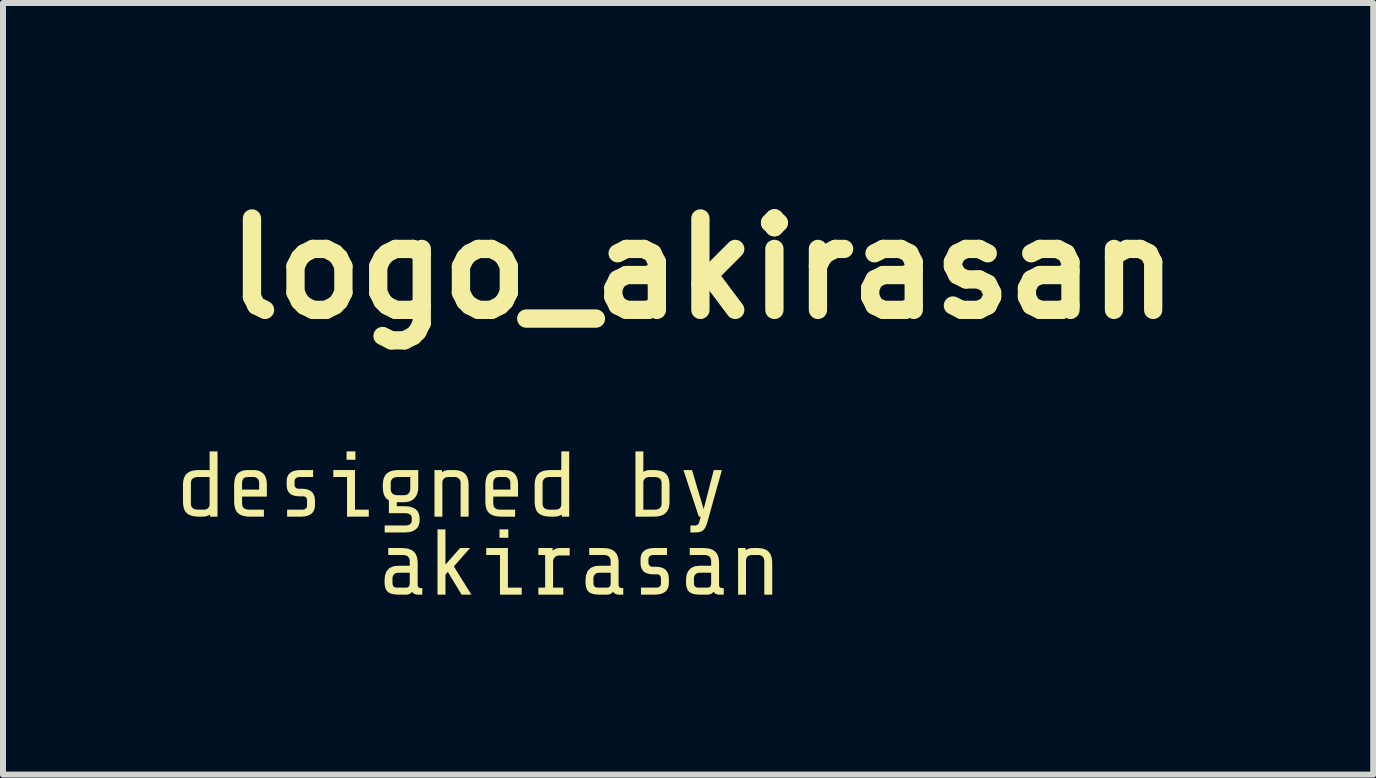
<source format=kicad_pcb>
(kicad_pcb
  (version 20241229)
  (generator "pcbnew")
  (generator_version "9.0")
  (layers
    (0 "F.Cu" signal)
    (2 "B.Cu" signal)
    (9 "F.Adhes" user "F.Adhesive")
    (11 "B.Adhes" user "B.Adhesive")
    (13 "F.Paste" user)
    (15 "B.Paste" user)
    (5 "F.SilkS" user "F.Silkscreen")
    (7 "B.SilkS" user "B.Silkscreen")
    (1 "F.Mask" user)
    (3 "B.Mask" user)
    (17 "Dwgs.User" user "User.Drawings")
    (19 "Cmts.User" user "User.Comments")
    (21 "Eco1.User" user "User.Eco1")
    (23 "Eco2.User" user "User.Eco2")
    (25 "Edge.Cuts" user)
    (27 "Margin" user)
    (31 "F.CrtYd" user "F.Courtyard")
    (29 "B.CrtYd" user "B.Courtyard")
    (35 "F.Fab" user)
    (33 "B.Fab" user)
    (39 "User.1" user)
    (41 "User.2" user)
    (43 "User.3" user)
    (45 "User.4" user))
  (footprint "logo_akirasan"
    (layer "F.Cu")
    (at 8.661 5.15)
    (property "Reference" "logo_akirasan" (at 0 -3.724 0) (layer "F.SilkS") (effects (font (size 1.524 1.524) (thickness 0.305))))
    (attr smd)
    (fp_poly (pts (xy -4.286 1.379) (xy -4.286 1.446) (xy -4.286 1.512) (xy -4.286 1.579) (xy -4.286 1.645) (xy -4.286 1.712) (xy -4.313 1.712) (xy -4.339 1.712) (xy -4.365 1.712) (xy -4.392 1.712) (xy -4.418 1.712) (xy -4.418 1.494) (xy -4.418 1.277) (xy -4.418 1.059) (xy -4.418 0.842) (xy -4.418 0.624) (xy -4.392 0.624) (xy -4.366 0.624) (xy -4.339 0.624) (xy -4.313 0.624) (xy -4.286 0.624) (xy -4.286 0.742) (xy -4.286 0.859) (xy -4.286 0.976) (xy -4.286 1.094) (xy -4.286 1.211) (xy -4.237 1.156) (xy -4.189 1.101) (xy -4.14 1.045) (xy -4.091 0.99) (xy -4.042 0.935) (xy -4.009 0.935) (xy -3.976 0.935) (xy -3.943 0.935) (xy -3.909 0.935) (xy -3.876 0.935) (xy -3.93 0.996) (xy -3.984 1.058) (xy -4.038 1.119) (xy -4.092 1.18) (xy -4.146 1.241) (xy -4.088 1.335) (xy -4.03 1.429) (xy -3.971 1.523) (xy -3.913 1.617) (xy -3.854 1.712) (xy -3.887 1.712) (xy -3.919 1.712) (xy -3.952 1.712) (xy -3.985 1.712) (xy -4.017 1.712) (xy -4.063 1.636) (xy -4.109 1.56) (xy -4.155 1.484) (xy -4.2 1.409) (xy -4.246 1.333) (xy -4.254 1.342) (xy -4.262 1.351) (xy -4.27 1.361) (xy -4.278 1.37) (xy -4.286 1.379)) (stroke (width 0) (type solid)) (fill yes) (layer "F.SilkS"))
    (fp_poly (pts (xy -5.787 -0.676) (xy -5.748 0.295) (xy -5.702 0.295) (xy -5.656 0.295) (xy -5.611 0.295) (xy -5.564 0.295) (xy -5.564 0.318) (xy -5.564 0.342) (xy -5.564 0.365) (xy -5.564 0.388) (xy -5.564 0.412) (xy -5.637 0.412) (xy -5.709 0.412) (xy -5.782 0.412) (xy -5.854 0.412) (xy -5.926 0.412) (xy -5.926 0.28) (xy -5.926 0.148) (xy -5.926 0.016) (xy -5.926 -0.117) (xy -5.926 -0.249) (xy -5.972 -0.249) (xy -6.018 -0.249) (xy -6.063 -0.249) (xy -6.109 -0.249) (xy -6.155 -0.249) (xy -6.155 -0.272) (xy -6.155 -0.295) (xy -6.155 -0.318) (xy -6.155 -0.342) (xy -6.155 -0.365) (xy -6.083 -0.365) (xy -6.01 -0.365) (xy -5.938 -0.365) (xy -5.867 -0.365) (xy -5.794 -0.365) (xy -5.794 -0.233) (xy -5.794 -0.101) (xy -5.794 0.031) (xy -5.794 0.163) (xy -5.794 0.295) (xy -5.748 0.295) (xy -5.787 -0.676) (xy -5.787 -0.648) (xy -5.787 -0.62) (xy -5.787 -0.592) (xy -5.787 -0.564) (xy -5.787 -0.536) (xy -5.816 -0.536) (xy -5.845 -0.536) (xy -5.875 -0.536) (xy -5.905 -0.536) (xy -5.934 -0.536) (xy -5.934 -0.564) (xy -5.934 -0.592) (xy -5.934 -0.62) (xy -5.934 -0.648) (xy -5.934 -0.676) (xy -5.905 -0.676) (xy -5.875 -0.676) (xy -5.846 -0.676) (xy -5.816 -0.676) (xy -5.787 -0.676)) (stroke (width 0) (type solid)) (fill yes) (layer "F.SilkS"))
    (fp_poly (pts (xy -3.238 0.624) (xy -3.199 1.595) (xy -3.153 1.595) (xy -3.107 1.595) (xy -3.061 1.595) (xy -3.015 1.595) (xy -3.015 1.618) (xy -3.015 1.642) (xy -3.015 1.665) (xy -3.015 1.688) (xy -3.015 1.712) (xy -3.088 1.712) (xy -3.16 1.712) (xy -3.233 1.712) (xy -3.305 1.712) (xy -3.377 1.712) (xy -3.377 1.58) (xy -3.377 1.448) (xy -3.377 1.316) (xy -3.377 1.183) (xy -3.377 1.051) (xy -3.423 1.051) (xy -3.469 1.051) (xy -3.514 1.051) (xy -3.56 1.051) (xy -3.606 1.051) (xy -3.606 1.028) (xy -3.606 1.005) (xy -3.606 0.982) (xy -3.606 0.958) (xy -3.606 0.935) (xy -3.534 0.935) (xy -3.461 0.935) (xy -3.389 0.935) (xy -3.318 0.935) (xy -3.245 0.935) (xy -3.245 1.067) (xy -3.245 1.199) (xy -3.245 1.331) (xy -3.245 1.463) (xy -3.245 1.595) (xy -3.199 1.595) (xy -3.238 0.624) (xy -3.238 0.652) (xy -3.238 0.68) (xy -3.238 0.708) (xy -3.238 0.736) (xy -3.238 0.764) (xy -3.267 0.764) (xy -3.296 0.764) (xy -3.326 0.764) (xy -3.356 0.764) (xy -3.385 0.764) (xy -3.385 0.736) (xy -3.385 0.708) (xy -3.385 0.68) (xy -3.385 0.652) (xy -3.385 0.624) (xy -3.356 0.624) (xy -3.326 0.624) (xy -3.297 0.624) (xy -3.267 0.624) (xy -3.238 0.624)) (stroke (width 0) (type solid)) (fill yes) (layer "F.SilkS"))
    (fp_poly (pts (xy -0.137 0.559) (xy -0.126 0.559) (xy -0.114 0.558) (xy -0.103 0.555) (xy -0.092 0.551) (xy -0.082 0.545) (xy -0.073 0.538) (xy -0.067 0.529) (xy -0.061 0.519) (xy -0.057 0.508) (xy -0.054 0.497) (xy -0.049 0.48) (xy -0.045 0.463) (xy -0.041 0.446) (xy -0.036 0.429) (xy -0.032 0.412) (xy -0.038 0.412) (xy -0.044 0.412) (xy -0.05 0.412) (xy -0.057 0.412) (xy -0.063 0.412) (xy -0.114 0.256) (xy -0.165 0.101) (xy -0.217 -0.054) (xy -0.268 -0.21) (xy -0.319 -0.365) (xy -0.291 -0.365) (xy -0.262 -0.365) (xy -0.233 -0.365) (xy -0.205 -0.365) (xy -0.176 -0.365) (xy -0.137 -0.235) (xy -0.099 -0.105) (xy -0.06 0.025) (xy -0.021 0.156) (xy 0.018 0.286) (xy 0.052 0.156) (xy 0.086 0.025) (xy 0.119 -0.105) (xy 0.153 -0.235) (xy 0.187 -0.365) (xy 0.214 -0.365) (xy 0.241 -0.365) (xy 0.268 -0.365) (xy 0.295 -0.365) (xy 0.322 -0.365) (xy 0.274 -0.193) (xy 0.226 -0.021) (xy 0.178 0.151) (xy 0.13 0.323) (xy 0.082 0.496) (xy 0.075 0.52) (xy 0.067 0.545) (xy 0.057 0.569) (xy 0.046 0.592) (xy 0.032 0.614) (xy 0.021 0.627) (xy 0.009 0.639) (xy -0.005 0.649) (xy -0.019 0.657) (xy -0.035 0.663) (xy -0.053 0.668) (xy -0.071 0.672) (xy -0.09 0.674) (xy -0.109 0.675) (xy -0.128 0.676) (xy -0.143 0.676) (xy -0.158 0.676) (xy -0.173 0.676) (xy -0.188 0.676) (xy -0.203 0.676) (xy -0.203 0.652) (xy -0.203 0.629) (xy -0.203 0.606) (xy -0.203 0.583) (xy -0.203 0.559) (xy -0.19 0.559) (xy -0.177 0.559) (xy -0.164 0.559) (xy -0.15 0.559) (xy -0.137 0.559)) (stroke (width 0) (type solid)) (fill yes) (layer "F.SilkS"))
    (fp_poly (pts (xy -4.345 -0.365) (xy -4.345 -0.358) (xy -4.345 -0.35) (xy -4.345 -0.343) (xy -4.345 -0.335) (xy -4.345 -0.328) (xy -4.323 -0.342) (xy -4.299 -0.353) (xy -4.273 -0.36) (xy -4.247 -0.364) (xy -4.221 -0.365) (xy -4.206 -0.365) (xy -4.192 -0.365) (xy -4.178 -0.365) (xy -4.163 -0.365) (xy -4.149 -0.365) (xy -4.109 -0.363) (xy -4.069 -0.358) (xy -4.03 -0.347) (xy -3.994 -0.33) (xy -3.963 -0.306) (xy -3.937 -0.274) (xy -3.919 -0.237) (xy -3.908 -0.198) (xy -3.902 -0.157) (xy -3.9 -0.117) (xy -3.9 -0.011) (xy -3.9 0.095) (xy -3.9 0.2) (xy -3.9 0.306) (xy -3.9 0.412) (xy -3.927 0.412) (xy -3.953 0.412) (xy -3.979 0.412) (xy -4.006 0.412) (xy -4.033 0.412) (xy -4.033 0.3) (xy -4.033 0.188) (xy -4.033 0.076) (xy -4.033 -0.035) (xy -4.033 -0.148) (xy -4.033 -0.164) (xy -4.036 -0.179) (xy -4.042 -0.195) (xy -4.05 -0.209) (xy -4.061 -0.221) (xy -4.073 -0.231) (xy -4.086 -0.239) (xy -4.102 -0.245) (xy -4.117 -0.248) (xy -4.134 -0.249) (xy -4.154 -0.249) (xy -4.175 -0.249) (xy -4.195 -0.249) (xy -4.215 -0.249) (xy -4.236 -0.249) (xy -4.253 -0.248) (xy -4.269 -0.245) (xy -4.285 -0.24) (xy -4.3 -0.232) (xy -4.312 -0.221) (xy -4.32 -0.211) (xy -4.327 -0.2) (xy -4.333 -0.189) (xy -4.336 -0.176) (xy -4.337 -0.163) (xy -4.337 -0.048) (xy -4.337 0.067) (xy -4.337 0.181) (xy -4.337 0.297) (xy -4.337 0.412) (xy -4.363 0.412) (xy -4.39 0.412) (xy -4.416 0.412) (xy -4.442 0.412) (xy -4.469 0.412) (xy -4.469 0.256) (xy -4.469 0.101) (xy -4.469 -0.054) (xy -4.469 -0.21) (xy -4.469 -0.365) (xy -4.444 -0.365) (xy -4.42 -0.365) (xy -4.395 -0.365) (xy -4.37 -0.365) (xy -4.345 -0.365)) (stroke (width 0) (type solid)) (fill yes) (layer "F.SilkS"))
    (fp_poly (pts (xy -2.624 1.595) (xy -2.624 1.486) (xy -2.624 1.378) (xy -2.624 1.269) (xy -2.624 1.161) (xy -2.624 1.051) (xy -2.646 1.051) (xy -2.669 1.051) (xy -2.692 1.051) (xy -2.714 1.051) (xy -2.737 1.051) (xy -2.737 1.028) (xy -2.737 1.005) (xy -2.737 0.982) (xy -2.737 0.958) (xy -2.737 0.935) (xy -2.69 0.935) (xy -2.642 0.935) (xy -2.595 0.935) (xy -2.547 0.935) (xy -2.5 0.935) (xy -2.5 0.943) (xy -2.5 0.952) (xy -2.5 0.96) (xy -2.5 0.969) (xy -2.5 0.977) (xy -2.478 0.962) (xy -2.454 0.95) (xy -2.429 0.941) (xy -2.402 0.936) (xy -2.375 0.935) (xy -2.343 0.935) (xy -2.312 0.935) (xy -2.279 0.935) (xy -2.247 0.935) (xy -2.215 0.935) (xy -2.215 0.96) (xy -2.215 0.984) (xy -2.215 1.009) (xy -2.215 1.034) (xy -2.215 1.059) (xy -2.25 1.059) (xy -2.285 1.059) (xy -2.321 1.059) (xy -2.356 1.059) (xy -2.391 1.059) (xy -2.408 1.06) (xy -2.424 1.064) (xy -2.44 1.07) (xy -2.454 1.08) (xy -2.465 1.092) (xy -2.474 1.103) (xy -2.481 1.115) (xy -2.486 1.128) (xy -2.49 1.142) (xy -2.492 1.156) (xy -2.492 1.243) (xy -2.492 1.332) (xy -2.492 1.419) (xy -2.492 1.507) (xy -2.492 1.595) (xy -2.458 1.595) (xy -2.424 1.595) (xy -2.39 1.595) (xy -2.356 1.595) (xy -2.322 1.595) (xy -2.322 1.618) (xy -2.322 1.642) (xy -2.322 1.665) (xy -2.322 1.688) (xy -2.322 1.712) (xy -2.405 1.712) (xy -2.489 1.712) (xy -2.571 1.712) (xy -2.654 1.712) (xy -2.737 1.712) (xy -2.737 1.688) (xy -2.737 1.665) (xy -2.737 1.642) (xy -2.737 1.619) (xy -2.737 1.595) (xy -2.715 1.595) (xy -2.692 1.595) (xy -2.67 1.595) (xy -2.647 1.595) (xy -2.624 1.595)) (stroke (width 0) (type solid)) (fill yes) (layer "F.SilkS"))
    (fp_poly (pts (xy 0.717 0.935) (xy 0.717 0.942) (xy 0.717 0.95) (xy 0.717 0.957) (xy 0.717 0.965) (xy 0.717 0.972) (xy 0.739 0.958) (xy 0.763 0.947) (xy 0.788 0.94) (xy 0.814 0.936) (xy 0.841 0.935) (xy 0.855 0.935) (xy 0.869 0.935) (xy 0.884 0.935) (xy 0.898 0.935) (xy 0.912 0.935) (xy 0.952 0.937) (xy 0.992 0.942) (xy 1.031 0.953) (xy 1.067 0.97) (xy 1.099 0.994) (xy 1.124 1.026) (xy 1.142 1.063) (xy 1.153 1.102) (xy 1.159 1.143) (xy 1.161 1.183) (xy 1.161 1.289) (xy 1.161 1.395) (xy 1.161 1.5) (xy 1.161 1.606) (xy 1.161 1.712) (xy 1.134 1.712) (xy 1.108 1.712) (xy 1.082 1.712) (xy 1.055 1.712) (xy 1.029 1.712) (xy 1.029 1.6) (xy 1.029 1.488) (xy 1.029 1.376) (xy 1.029 1.265) (xy 1.029 1.152) (xy 1.028 1.136) (xy 1.025 1.121) (xy 1.019 1.105) (xy 1.011 1.091) (xy 1.001 1.079) (xy 0.989 1.069) (xy 0.975 1.061) (xy 0.96 1.055) (xy 0.944 1.052) (xy 0.928 1.051) (xy 0.907 1.051) (xy 0.887 1.051) (xy 0.866 1.051) (xy 0.846 1.051) (xy 0.825 1.051) (xy 0.808 1.052) (xy 0.792 1.055) (xy 0.776 1.06) (xy 0.761 1.068) (xy 0.749 1.079) (xy 0.741 1.089) (xy 0.734 1.1) (xy 0.729 1.111) (xy 0.725 1.124) (xy 0.724 1.137) (xy 0.724 1.252) (xy 0.724 1.367) (xy 0.724 1.481) (xy 0.724 1.597) (xy 0.724 1.712) (xy 0.698 1.712) (xy 0.672 1.712) (xy 0.645 1.712) (xy 0.619 1.712) (xy 0.592 1.712) (xy 0.592 1.556) (xy 0.592 1.401) (xy 0.592 1.246) (xy 0.592 1.09) (xy 0.592 0.935) (xy 0.617 0.935) (xy 0.642 0.935) (xy 0.666 0.935) (xy 0.691 0.935) (xy 0.717 0.935)) (stroke (width 0) (type solid)) (fill yes) (layer "F.SilkS"))
    (fp_poly (pts (xy -0.551 0.163) (xy -0.727 0.28) (xy -0.712 0.269) (xy -0.701 0.257) (xy -0.693 0.243) (xy -0.687 0.227) (xy -0.684 0.211) (xy -0.683 0.194) (xy -0.683 0.126) (xy -0.683 0.057) (xy -0.683 -0.011) (xy -0.683 -0.079) (xy -0.683 -0.148) (xy -0.684 -0.164) (xy -0.687 -0.18) (xy -0.693 -0.196) (xy -0.701 -0.21) (xy -0.712 -0.222) (xy -0.727 -0.233) (xy -0.744 -0.24) (xy -0.762 -0.245) (xy -0.78 -0.248) (xy -0.799 -0.249) (xy -0.817 -0.249) (xy -0.834 -0.249) (xy -0.851 -0.249) (xy -0.869 -0.249) (xy -0.886 -0.249) (xy -0.903 -0.248) (xy -0.92 -0.245) (xy -0.935 -0.24) (xy -0.95 -0.232) (xy -0.962 -0.221) (xy -0.971 -0.211) (xy -0.978 -0.2) (xy -0.983 -0.189) (xy -0.986 -0.176) (xy -0.987 -0.163) (xy -0.987 -0.071) (xy -0.987 0.02) (xy -0.987 0.112) (xy -0.987 0.203) (xy -0.987 0.295) (xy -0.95 0.295) (xy -0.912 0.295) (xy -0.874 0.295) (xy -0.837 0.295) (xy -0.799 0.295) (xy -0.781 0.294) (xy -0.763 0.292) (xy -0.744 0.287) (xy -0.727 0.28) (xy -0.551 0.163) (xy -0.553 0.204) (xy -0.559 0.245) (xy -0.571 0.285) (xy -0.589 0.321) (xy -0.616 0.353) (xy -0.65 0.377) (xy -0.689 0.394) (xy -0.731 0.405) (xy -0.773 0.41) (xy -0.815 0.412) (xy -0.876 0.412) (xy -0.937 0.412) (xy -0.998 0.412) (xy -1.058 0.412) (xy -1.119 0.412) (xy -1.119 0.194) (xy -1.119 -0.023) (xy -1.119 -0.241) (xy -1.119 -0.458) (xy -1.119 -0.676) (xy -1.093 -0.676) (xy -1.067 -0.676) (xy -1.041 -0.676) (xy -1.014 -0.676) (xy -0.987 -0.676) (xy -0.987 -0.607) (xy -0.987 -0.539) (xy -0.987 -0.471) (xy -0.987 -0.402) (xy -0.987 -0.334) (xy -0.966 -0.346) (xy -0.943 -0.355) (xy -0.919 -0.361) (xy -0.895 -0.364) (xy -0.871 -0.365) (xy -0.86 -0.365) (xy -0.848 -0.365) (xy -0.837 -0.365) (xy -0.826 -0.365) (xy -0.815 -0.365) (xy -0.772 -0.363) (xy -0.73 -0.358) (xy -0.688 -0.348) (xy -0.649 -0.331) (xy -0.614 -0.306) (xy -0.588 -0.275) (xy -0.57 -0.238) (xy -0.558 -0.198) (xy -0.553 -0.158) (xy -0.551 -0.117) (xy -0.551 -0.061) (xy -0.551 -0.005) (xy -0.551 0.051) (xy -0.551 0.107) (xy -0.551 0.163)) (stroke (width 0) (type solid)) (fill yes) (layer "F.SilkS"))
    (fp_poly (pts (xy -8.209 0.376) (xy -8.318 0.295) (xy -8.301 0.294) (xy -8.285 0.292) (xy -8.269 0.287) (xy -8.254 0.28) (xy -8.241 0.269) (xy -8.233 0.259) (xy -8.226 0.248) (xy -8.221 0.235) (xy -8.218 0.223) (xy -8.217 0.21) (xy -8.217 0.118) (xy -8.217 0.027) (xy -8.217 -0.065) (xy -8.217 -0.157) (xy -8.217 -0.249) (xy -8.256 -0.249) (xy -8.295 -0.249) (xy -8.334 -0.249) (xy -8.373 -0.249) (xy -8.412 -0.249) (xy -8.431 -0.248) (xy -8.449 -0.245) (xy -8.467 -0.24) (xy -8.484 -0.233) (xy -8.499 -0.222) (xy -8.51 -0.21) (xy -8.519 -0.196) (xy -8.525 -0.18) (xy -8.528 -0.164) (xy -8.529 -0.148) (xy -8.529 -0.079) (xy -8.529 -0.011) (xy -8.529 0.058) (xy -8.529 0.126) (xy -8.529 0.194) (xy -8.528 0.211) (xy -8.525 0.227) (xy -8.519 0.243) (xy -8.51 0.257) (xy -8.499 0.269) (xy -8.484 0.28) (xy -8.467 0.287) (xy -8.45 0.292) (xy -8.431 0.294) (xy -8.412 0.295) (xy -8.393 0.295) (xy -8.374 0.295) (xy -8.356 0.295) (xy -8.337 0.295) (xy -8.318 0.295) (xy -8.209 0.376) (xy -8.231 0.389) (xy -8.256 0.4) (xy -8.281 0.407) (xy -8.307 0.41) (xy -8.333 0.412) (xy -8.346 0.412) (xy -8.359 0.412) (xy -8.371 0.412) (xy -8.384 0.412) (xy -8.397 0.412) (xy -8.439 0.41) (xy -8.482 0.405) (xy -8.523 0.395) (xy -8.562 0.379) (xy -8.597 0.354) (xy -8.624 0.323) (xy -8.642 0.285) (xy -8.653 0.245) (xy -8.659 0.204) (xy -8.661 0.163) (xy -8.661 0.107) (xy -8.661 0.051) (xy -8.661 -0.005) (xy -8.661 -0.061) (xy -8.661 -0.117) (xy -8.659 -0.157) (xy -8.653 -0.198) (xy -8.642 -0.237) (xy -8.624 -0.274) (xy -8.597 -0.306) (xy -8.562 -0.331) (xy -8.523 -0.348) (xy -8.482 -0.358) (xy -8.439 -0.363) (xy -8.397 -0.365) (xy -8.361 -0.365) (xy -8.325 -0.365) (xy -8.289 -0.365) (xy -8.253 -0.365) (xy -8.217 -0.365) (xy -8.217 -0.427) (xy -8.217 -0.49) (xy -8.217 -0.552) (xy -8.217 -0.614) (xy -8.217 -0.676) (xy -8.19 -0.676) (xy -8.164 -0.676) (xy -8.138 -0.676) (xy -8.111 -0.676) (xy -8.085 -0.676) (xy -8.085 -0.458) (xy -8.085 -0.241) (xy -8.085 -0.023) (xy -8.085 0.194) (xy -8.085 0.412) (xy -8.109 0.412) (xy -8.134 0.412) (xy -8.159 0.412) (xy -8.184 0.412) (xy -8.209 0.412) (xy -8.209 0.405) (xy -8.209 0.398) (xy -8.209 0.391) (xy -8.209 0.383) (xy -8.209 0.376)) (stroke (width 0) (type solid)) (fill yes) (layer "F.SilkS"))
    (fp_poly (pts (xy -2.347 0.376) (xy -2.456 0.295) (xy -2.439 0.294) (xy -2.423 0.292) (xy -2.407 0.287) (xy -2.392 0.28) (xy -2.379 0.269) (xy -2.371 0.259) (xy -2.364 0.248) (xy -2.359 0.235) (xy -2.356 0.223) (xy -2.355 0.21) (xy -2.355 0.118) (xy -2.355 0.027) (xy -2.355 -0.065) (xy -2.355 -0.157) (xy -2.355 -0.249) (xy -2.394 -0.249) (xy -2.433 -0.249) (xy -2.472 -0.249) (xy -2.511 -0.249) (xy -2.55 -0.249) (xy -2.569 -0.248) (xy -2.587 -0.245) (xy -2.605 -0.24) (xy -2.622 -0.233) (xy -2.637 -0.222) (xy -2.648 -0.21) (xy -2.657 -0.196) (xy -2.663 -0.18) (xy -2.666 -0.164) (xy -2.667 -0.148) (xy -2.667 -0.079) (xy -2.667 -0.011) (xy -2.667 0.058) (xy -2.667 0.126) (xy -2.667 0.194) (xy -2.666 0.211) (xy -2.663 0.227) (xy -2.657 0.243) (xy -2.648 0.257) (xy -2.637 0.269) (xy -2.622 0.28) (xy -2.605 0.287) (xy -2.588 0.292) (xy -2.569 0.294) (xy -2.55 0.295) (xy -2.531 0.295) (xy -2.512 0.295) (xy -2.494 0.295) (xy -2.475 0.295) (xy -2.456 0.295) (xy -2.347 0.376) (xy -2.369 0.389) (xy -2.394 0.4) (xy -2.419 0.407) (xy -2.445 0.41) (xy -2.471 0.412) (xy -2.484 0.412) (xy -2.497 0.412) (xy -2.509 0.412) (xy -2.522 0.412) (xy -2.535 0.412) (xy -2.577 0.41) (xy -2.62 0.405) (xy -2.661 0.395) (xy -2.7 0.379) (xy -2.735 0.354) (xy -2.762 0.323) (xy -2.78 0.285) (xy -2.791 0.245) (xy -2.797 0.204) (xy -2.799 0.163) (xy -2.799 0.107) (xy -2.799 0.051) (xy -2.799 -0.005) (xy -2.799 -0.061) (xy -2.799 -0.117) (xy -2.797 -0.157) (xy -2.791 -0.198) (xy -2.78 -0.237) (xy -2.762 -0.274) (xy -2.735 -0.306) (xy -2.7 -0.331) (xy -2.661 -0.348) (xy -2.62 -0.358) (xy -2.577 -0.363) (xy -2.535 -0.365) (xy -2.499 -0.365) (xy -2.463 -0.365) (xy -2.427 -0.365) (xy -2.391 -0.365) (xy -2.355 -0.365) (xy -2.355 -0.427) (xy -2.355 -0.49) (xy -2.355 -0.552) (xy -2.355 -0.614) (xy -2.355 -0.676) (xy -2.328 -0.676) (xy -2.302 -0.676) (xy -2.276 -0.676) (xy -2.249 -0.676) (xy -2.223 -0.676) (xy -2.223 -0.458) (xy -2.223 -0.241) (xy -2.223 -0.023) (xy -2.223 0.194) (xy -2.223 0.412) (xy -2.247 0.412) (xy -2.272 0.412) (xy -2.297 0.412) (xy -2.322 0.412) (xy -2.347 0.412) (xy -2.347 0.405) (xy -2.347 0.398) (xy -2.347 0.391) (xy -2.347 0.383) (xy -2.347 0.376)) (stroke (width 0) (type solid)) (fill yes) (layer "F.SilkS"))
    (fp_poly (pts (xy -7.544 0.412) (xy -7.586 0.41) (xy -7.629 0.405) (xy -7.67 0.395) (xy -7.709 0.379) (xy -7.675 -0.164) (xy -7.676 -0.148) (xy -7.676 -0.126) (xy -7.676 -0.104) (xy -7.676 -0.082) (xy -7.676 -0.061) (xy -7.676 -0.039) (xy -7.619 -0.039) (xy -7.562 -0.039) (xy -7.505 -0.039) (xy -7.448 -0.039) (xy -7.392 -0.039) (xy -7.392 -0.062) (xy -7.392 -0.085) (xy -7.392 -0.108) (xy -7.392 -0.132) (xy -7.392 -0.155) (xy -7.392 -0.17) (xy -7.395 -0.184) (xy -7.401 -0.198) (xy -7.408 -0.211) (xy -7.418 -0.222) (xy -7.429 -0.232) (xy -7.442 -0.239) (xy -7.456 -0.245) (xy -7.47 -0.248) (xy -7.485 -0.249) (xy -7.503 -0.249) (xy -7.521 -0.249) (xy -7.539 -0.249) (xy -7.557 -0.249) (xy -7.575 -0.249) (xy -7.592 -0.248) (xy -7.609 -0.246) (xy -7.625 -0.241) (xy -7.641 -0.233) (xy -7.654 -0.222) (xy -7.663 -0.209) (xy -7.669 -0.195) (xy -7.673 -0.18) (xy -7.675 -0.164) (xy -7.709 0.379) (xy -7.744 0.354) (xy -7.771 0.323) (xy -7.789 0.285) (xy -7.8 0.245) (xy -7.806 0.204) (xy -7.808 0.163) (xy -7.808 0.107) (xy -7.808 0.051) (xy -7.808 -0.005) (xy -7.808 -0.061) (xy -7.808 -0.117) (xy -7.806 -0.157) (xy -7.801 -0.198) (xy -7.791 -0.238) (xy -7.775 -0.275) (xy -7.75 -0.308) (xy -7.718 -0.332) (xy -7.68 -0.349) (xy -7.641 -0.359) (xy -7.6 -0.364) (xy -7.559 -0.365) (xy -7.545 -0.365) (xy -7.53 -0.365) (xy -7.516 -0.365) (xy -7.501 -0.365) (xy -7.486 -0.365) (xy -7.45 -0.363) (xy -7.414 -0.357) (xy -7.379 -0.345) (xy -7.347 -0.327) (xy -7.32 -0.303) (xy -7.297 -0.273) (xy -7.28 -0.238) (xy -7.27 -0.201) (xy -7.264 -0.162) (xy -7.263 -0.124) (xy -7.263 -0.084) (xy -7.263 -0.043) (xy -7.263 -0.003) (xy -7.263 0.037) (xy -7.263 0.078) (xy -7.345 0.078) (xy -7.428 0.078) (xy -7.511 0.078) (xy -7.593 0.078) (xy -7.676 0.078) (xy -7.676 0.101) (xy -7.676 0.124) (xy -7.676 0.147) (xy -7.676 0.171) (xy -7.676 0.194) (xy -7.675 0.211) (xy -7.672 0.227) (xy -7.666 0.243) (xy -7.657 0.257) (xy -7.646 0.269) (xy -7.631 0.28) (xy -7.614 0.287) (xy -7.597 0.292) (xy -7.578 0.294) (xy -7.559 0.295) (xy -7.51 0.295) (xy -7.46 0.295) (xy -7.411 0.295) (xy -7.362 0.295) (xy -7.312 0.295) (xy -7.312 0.318) (xy -7.312 0.342) (xy -7.312 0.365) (xy -7.312 0.388) (xy -7.312 0.412) (xy -7.359 0.412) (xy -7.405 0.412) (xy -7.451 0.412) (xy -7.497 0.412) (xy -7.544 0.412)) (stroke (width 0) (type solid)) (fill yes) (layer "F.SilkS"))
    (fp_poly (pts (xy -3.357 0.412) (xy -3.399 0.41) (xy -3.442 0.405) (xy -3.483 0.395) (xy -3.522 0.379) (xy -3.488 -0.164) (xy -3.489 -0.148) (xy -3.489 -0.126) (xy -3.489 -0.104) (xy -3.489 -0.082) (xy -3.489 -0.061) (xy -3.489 -0.039) (xy -3.432 -0.039) (xy -3.375 -0.039) (xy -3.318 -0.039) (xy -3.261 -0.039) (xy -3.204 -0.039) (xy -3.204 -0.062) (xy -3.204 -0.085) (xy -3.204 -0.108) (xy -3.204 -0.132) (xy -3.204 -0.155) (xy -3.205 -0.17) (xy -3.208 -0.184) (xy -3.214 -0.198) (xy -3.221 -0.211) (xy -3.231 -0.222) (xy -3.242 -0.232) (xy -3.255 -0.239) (xy -3.268 -0.245) (xy -3.283 -0.248) (xy -3.298 -0.249) (xy -3.316 -0.249) (xy -3.334 -0.249) (xy -3.352 -0.249) (xy -3.37 -0.249) (xy -3.388 -0.249) (xy -3.405 -0.248) (xy -3.422 -0.246) (xy -3.438 -0.241) (xy -3.454 -0.233) (xy -3.467 -0.222) (xy -3.476 -0.209) (xy -3.482 -0.195) (xy -3.486 -0.18) (xy -3.488 -0.164) (xy -3.522 0.379) (xy -3.557 0.354) (xy -3.583 0.323) (xy -3.602 0.285) (xy -3.613 0.245) (xy -3.619 0.204) (xy -3.621 0.163) (xy -3.621 0.107) (xy -3.621 0.051) (xy -3.621 -0.005) (xy -3.621 -0.061) (xy -3.621 -0.117) (xy -3.619 -0.157) (xy -3.614 -0.198) (xy -3.604 -0.238) (xy -3.588 -0.275) (xy -3.563 -0.308) (xy -3.531 -0.332) (xy -3.493 -0.349) (xy -3.454 -0.359) (xy -3.413 -0.364) (xy -3.372 -0.365) (xy -3.357 -0.365) (xy -3.343 -0.365) (xy -3.328 -0.365) (xy -3.314 -0.365) (xy -3.299 -0.365) (xy -3.263 -0.363) (xy -3.227 -0.357) (xy -3.192 -0.345) (xy -3.16 -0.327) (xy -3.133 -0.303) (xy -3.11 -0.273) (xy -3.093 -0.238) (xy -3.083 -0.201) (xy -3.077 -0.162) (xy -3.076 -0.124) (xy -3.076 -0.084) (xy -3.076 -0.043) (xy -3.076 -0.003) (xy -3.076 0.037) (xy -3.076 0.078) (xy -3.158 0.078) (xy -3.241 0.078) (xy -3.324 0.078) (xy -3.406 0.078) (xy -3.489 0.078) (xy -3.489 0.101) (xy -3.489 0.124) (xy -3.489 0.147) (xy -3.489 0.171) (xy -3.489 0.194) (xy -3.488 0.211) (xy -3.485 0.227) (xy -3.479 0.243) (xy -3.47 0.257) (xy -3.459 0.269) (xy -3.444 0.28) (xy -3.427 0.287) (xy -3.409 0.292) (xy -3.391 0.294) (xy -3.372 0.295) (xy -3.323 0.295) (xy -3.273 0.295) (xy -3.224 0.295) (xy -3.175 0.295) (xy -3.125 0.295) (xy -3.125 0.318) (xy -3.125 0.342) (xy -3.125 0.365) (xy -3.125 0.388) (xy -3.125 0.412) (xy -3.171 0.412) (xy -3.218 0.412) (xy -3.264 0.412) (xy -3.31 0.412) (xy -3.357 0.412)) (stroke (width 0) (type solid)) (fill yes) (layer "F.SilkS"))
    (fp_poly (pts (xy -6.461 0.217) (xy -6.463 0.25) (xy -6.469 0.282) (xy -6.481 0.313) (xy -6.498 0.341) (xy -6.522 0.364) (xy -6.552 0.383) (xy -6.586 0.397) (xy -6.622 0.406) (xy -6.658 0.41) (xy -6.694 0.412) (xy -6.74 0.412) (xy -6.787 0.412) (xy -6.833 0.412) (xy -6.879 0.412) (xy -6.925 0.412) (xy -6.925 0.388) (xy -6.925 0.365) (xy -6.925 0.342) (xy -6.925 0.319) (xy -6.925 0.295) (xy -6.876 0.295) (xy -6.826 0.295) (xy -6.777 0.295) (xy -6.728 0.295) (xy -6.678 0.295) (xy -6.665 0.295) (xy -6.652 0.293) (xy -6.639 0.29) (xy -6.626 0.285) (xy -6.615 0.278) (xy -6.607 0.27) (xy -6.6 0.26) (xy -6.596 0.248) (xy -6.594 0.237) (xy -6.593 0.225) (xy -6.593 0.209) (xy -6.593 0.192) (xy -6.593 0.176) (xy -6.593 0.159) (xy -6.593 0.143) (xy -6.595 0.121) (xy -6.603 0.1) (xy -6.618 0.084) (xy -6.638 0.075) (xy -6.66 0.073) (xy -6.671 0.073) (xy -6.683 0.073) (xy -6.694 0.073) (xy -6.706 0.073) (xy -6.717 0.073) (xy -6.752 0.072) (xy -6.786 0.067) (xy -6.82 0.059) (xy -6.852 0.046) (xy -6.88 0.026) (xy -6.902 0.001) (xy -6.917 -0.028) (xy -6.927 -0.059) (xy -6.932 -0.092) (xy -6.933 -0.124) (xy -6.933 -0.133) (xy -6.933 -0.142) (xy -6.933 -0.151) (xy -6.933 -0.16) (xy -6.933 -0.169) (xy -6.932 -0.203) (xy -6.926 -0.236) (xy -6.915 -0.267) (xy -6.898 -0.295) (xy -6.874 -0.318) (xy -6.843 -0.338) (xy -6.809 -0.351) (xy -6.773 -0.359) (xy -6.737 -0.364) (xy -6.7 -0.365) (xy -6.659 -0.365) (xy -6.617 -0.365) (xy -6.575 -0.365) (xy -6.534 -0.365) (xy -6.492 -0.365) (xy -6.492 -0.342) (xy -6.492 -0.319) (xy -6.492 -0.296) (xy -6.492 -0.272) (xy -6.492 -0.249) (xy -6.537 -0.249) (xy -6.582 -0.249) (xy -6.626 -0.249) (xy -6.671 -0.249) (xy -6.716 -0.249) (xy -6.729 -0.248) (xy -6.742 -0.246) (xy -6.755 -0.243) (xy -6.767 -0.237) (xy -6.778 -0.23) (xy -6.786 -0.222) (xy -6.793 -0.213) (xy -6.798 -0.202) (xy -6.8 -0.19) (xy -6.801 -0.179) (xy -6.801 -0.167) (xy -6.801 -0.156) (xy -6.801 -0.145) (xy -6.801 -0.134) (xy -6.801 -0.123) (xy -6.801 -0.111) (xy -6.799 -0.099) (xy -6.795 -0.089) (xy -6.789 -0.078) (xy -6.781 -0.07) (xy -6.771 -0.063) (xy -6.761 -0.059) (xy -6.75 -0.055) (xy -6.738 -0.053) (xy -6.727 -0.053) (xy -6.716 -0.053) (xy -6.705 -0.053) (xy -6.695 -0.053) (xy -6.684 -0.053) (xy -6.674 -0.053) (xy -6.639 -0.051) (xy -6.606 -0.046) (xy -6.573 -0.037) (xy -6.542 -0.022) (xy -6.515 -0.002) (xy -6.494 0.023) (xy -6.478 0.052) (xy -6.468 0.082) (xy -6.463 0.115) (xy -6.461 0.148) (xy -6.461 0.162) (xy -6.461 0.176) (xy -6.461 0.189) (xy -6.461 0.204) (xy -6.461 0.217)) (stroke (width 0) (type solid)) (fill yes) (layer "F.SilkS"))
    (fp_poly (pts (xy -0.562 1.517) (xy -0.564 1.55) (xy -0.57 1.582) (xy -0.582 1.613) (xy -0.6 1.641) (xy -0.623 1.664) (xy -0.653 1.683) (xy -0.687 1.697) (xy -0.723 1.706) (xy -0.759 1.71) (xy -0.795 1.712) (xy -0.841 1.712) (xy -0.888 1.712) (xy -0.934 1.712) (xy -0.98 1.712) (xy -1.027 1.712) (xy -1.027 1.688) (xy -1.027 1.665) (xy -1.027 1.642) (xy -1.027 1.619) (xy -1.027 1.595) (xy -0.977 1.595) (xy -0.928 1.595) (xy -0.878 1.595) (xy -0.829 1.595) (xy -0.78 1.595) (xy -0.766 1.595) (xy -0.753 1.593) (xy -0.74 1.59) (xy -0.727 1.585) (xy -0.716 1.578) (xy -0.708 1.57) (xy -0.702 1.56) (xy -0.697 1.548) (xy -0.695 1.537) (xy -0.694 1.525) (xy -0.694 1.509) (xy -0.694 1.492) (xy -0.694 1.476) (xy -0.694 1.459) (xy -0.694 1.443) (xy -0.696 1.421) (xy -0.704 1.4) (xy -0.719 1.384) (xy -0.739 1.375) (xy -0.761 1.373) (xy -0.773 1.373) (xy -0.784 1.373) (xy -0.795 1.373) (xy -0.807 1.373) (xy -0.818 1.373) (xy -0.853 1.372) (xy -0.888 1.367) (xy -0.921 1.359) (xy -0.953 1.346) (xy -0.982 1.326) (xy -1.003 1.301) (xy -1.018 1.272) (xy -1.028 1.241) (xy -1.033 1.208) (xy -1.034 1.176) (xy -1.034 1.167) (xy -1.034 1.158) (xy -1.034 1.149) (xy -1.034 1.14) (xy -1.034 1.131) (xy -1.033 1.097) (xy -1.027 1.064) (xy -1.016 1.033) (xy -0.999 1.005) (xy -0.975 0.982) (xy -0.944 0.962) (xy -0.91 0.949) (xy -0.875 0.941) (xy -0.838 0.936) (xy -0.801 0.935) (xy -0.76 0.935) (xy -0.718 0.935) (xy -0.676 0.935) (xy -0.635 0.935) (xy -0.593 0.935) (xy -0.593 0.958) (xy -0.593 0.981) (xy -0.593 1.004) (xy -0.593 1.028) (xy -0.593 1.051) (xy -0.638 1.051) (xy -0.683 1.051) (xy -0.728 1.051) (xy -0.772 1.051) (xy -0.817 1.051) (xy -0.83 1.052) (xy -0.843 1.054) (xy -0.856 1.057) (xy -0.868 1.063) (xy -0.879 1.07) (xy -0.888 1.078) (xy -0.894 1.087) (xy -0.899 1.098) (xy -0.902 1.11) (xy -0.902 1.121) (xy -0.902 1.133) (xy -0.902 1.144) (xy -0.902 1.155) (xy -0.902 1.166) (xy -0.902 1.177) (xy -0.902 1.189) (xy -0.9 1.201) (xy -0.896 1.211) (xy -0.89 1.222) (xy -0.882 1.23) (xy -0.873 1.237) (xy -0.862 1.241) (xy -0.851 1.245) (xy -0.839 1.247) (xy -0.828 1.247) (xy -0.817 1.247) (xy -0.807 1.247) (xy -0.796 1.247) (xy -0.785 1.247) (xy -0.775 1.247) (xy -0.741 1.249) (xy -0.707 1.254) (xy -0.674 1.263) (xy -0.643 1.278) (xy -0.617 1.298) (xy -0.595 1.323) (xy -0.579 1.352) (xy -0.569 1.382) (xy -0.564 1.415) (xy -0.562 1.448) (xy -0.562 1.462) (xy -0.562 1.476) (xy -0.562 1.489) (xy -0.562 1.504) (xy -0.562 1.517)) (stroke (width 0) (type solid)) (fill yes) (layer "F.SilkS"))
    (fp_poly (pts (xy -4.757 1.712) (xy -4.953 1.595) (xy -4.94 1.595) (xy -4.927 1.593) (xy -4.914 1.59) (xy -4.903 1.583) (xy -4.894 1.573) (xy -4.889 1.563) (xy -4.885 1.552) (xy -4.883 1.54) (xy -4.882 1.529) (xy -4.881 1.517) (xy -4.881 1.483) (xy -4.881 1.449) (xy -4.881 1.415) (xy -4.881 1.381) (xy -4.881 1.347) (xy -4.92 1.347) (xy -4.959 1.347) (xy -4.998 1.347) (xy -5.037 1.347) (xy -5.075 1.347) (xy -5.09 1.348) (xy -5.104 1.35) (xy -5.118 1.356) (xy -5.131 1.363) (xy -5.142 1.373) (xy -5.152 1.384) (xy -5.159 1.397) (xy -5.165 1.411) (xy -5.168 1.425) (xy -5.169 1.44) (xy -5.169 1.456) (xy -5.169 1.471) (xy -5.169 1.486) (xy -5.169 1.502) (xy -5.169 1.517) (xy -5.168 1.53) (xy -5.166 1.543) (xy -5.163 1.555) (xy -5.158 1.567) (xy -5.15 1.577) (xy -5.14 1.584) (xy -5.129 1.59) (xy -5.117 1.593) (xy -5.104 1.595) (xy -5.091 1.595) (xy -5.063 1.595) (xy -5.036 1.595) (xy -5.008 1.595) (xy -4.98 1.595) (xy -4.953 1.595) (xy -4.757 1.712) (xy -4.766 1.711) (xy -4.776 1.709) (xy -4.785 1.707) (xy -4.794 1.703) (xy -4.802 1.699) (xy -4.811 1.694) (xy -4.82 1.688) (xy -4.828 1.681) (xy -4.836 1.673) (xy -4.842 1.665) (xy -4.857 1.681) (xy -4.874 1.695) (xy -4.894 1.704) (xy -4.915 1.71) (xy -4.937 1.712) (xy -4.965 1.712) (xy -4.992 1.712) (xy -5.02 1.712) (xy -5.048 1.712) (xy -5.076 1.712) (xy -5.112 1.71) (xy -5.148 1.706) (xy -5.183 1.698) (xy -5.218 1.685) (xy -5.248 1.665) (xy -5.27 1.638) (xy -5.286 1.606) (xy -5.295 1.572) (xy -5.299 1.537) (xy -5.301 1.502) (xy -5.301 1.496) (xy -5.301 1.49) (xy -5.301 1.484) (xy -5.301 1.477) (xy -5.301 1.471) (xy -5.294 1.395) (xy -5.269 1.324) (xy -5.218 1.268) (xy -5.149 1.238) (xy -5.074 1.23) (xy -5.035 1.23) (xy -4.997 1.23) (xy -4.958 1.23) (xy -4.92 1.23) (xy -4.881 1.23) (xy -4.881 1.214) (xy -4.881 1.199) (xy -4.881 1.184) (xy -4.881 1.168) (xy -4.881 1.152) (xy -4.882 1.136) (xy -4.885 1.12) (xy -4.891 1.104) (xy -4.9 1.09) (xy -4.911 1.078) (xy -4.926 1.067) (xy -4.943 1.06) (xy -4.961 1.055) (xy -4.979 1.052) (xy -4.998 1.051) (xy -5.046 1.051) (xy -5.094 1.051) (xy -5.142 1.051) (xy -5.19 1.051) (xy -5.239 1.051) (xy -5.239 1.028) (xy -5.239 1.005) (xy -5.239 0.982) (xy -5.239 0.958) (xy -5.239 0.935) (xy -5.194 0.935) (xy -5.148 0.935) (xy -5.103 0.935) (xy -5.058 0.935) (xy -5.013 0.935) (xy -4.971 0.937) (xy -4.929 0.942) (xy -4.888 0.952) (xy -4.849 0.969) (xy -4.815 0.994) (xy -4.788 1.025) (xy -4.769 1.062) (xy -4.757 1.101) (xy -4.751 1.142) (xy -4.749 1.183) (xy -4.749 1.258) (xy -4.749 1.333) (xy -4.749 1.407) (xy -4.749 1.482) (xy -4.749 1.556) (xy -4.749 1.565) (xy -4.747 1.573) (xy -4.743 1.58) (xy -4.738 1.587) (xy -4.732 1.592) (xy -4.721 1.597) (xy -4.709 1.6) (xy -4.696 1.602) (xy -4.684 1.603) (xy -4.672 1.603) (xy -4.672 1.625) (xy -4.672 1.647) (xy -4.672 1.668) (xy -4.672 1.69) (xy -4.672 1.712) (xy -4.689 1.712) (xy -4.706 1.712) (xy -4.723 1.712) (xy -4.74 1.712) (xy -4.757 1.712)) (stroke (width 0) (type solid)) (fill yes) (layer "F.SilkS"))
    (fp_poly (pts (xy -1.407 1.712) (xy -1.603 1.595) (xy -1.59 1.595) (xy -1.577 1.593) (xy -1.565 1.59) (xy -1.553 1.583) (xy -1.544 1.573) (xy -1.539 1.563) (xy -1.536 1.552) (xy -1.533 1.54) (xy -1.532 1.529) (xy -1.532 1.517) (xy -1.532 1.483) (xy -1.532 1.449) (xy -1.532 1.415) (xy -1.532 1.381) (xy -1.532 1.347) (xy -1.57 1.347) (xy -1.609 1.347) (xy -1.648 1.347) (xy -1.687 1.347) (xy -1.726 1.347) (xy -1.74 1.348) (xy -1.755 1.35) (xy -1.769 1.356) (xy -1.781 1.363) (xy -1.793 1.373) (xy -1.802 1.384) (xy -1.81 1.397) (xy -1.815 1.411) (xy -1.818 1.425) (xy -1.819 1.44) (xy -1.819 1.456) (xy -1.819 1.471) (xy -1.819 1.486) (xy -1.819 1.502) (xy -1.819 1.517) (xy -1.819 1.53) (xy -1.817 1.543) (xy -1.813 1.555) (xy -1.808 1.567) (xy -1.8 1.577) (xy -1.79 1.584) (xy -1.779 1.59) (xy -1.767 1.593) (xy -1.754 1.595) (xy -1.741 1.595) (xy -1.714 1.595) (xy -1.686 1.595) (xy -1.658 1.595) (xy -1.631 1.595) (xy -1.603 1.595) (xy -1.407 1.712) (xy -1.417 1.711) (xy -1.426 1.709) (xy -1.435 1.707) (xy -1.444 1.703) (xy -1.452 1.699) (xy -1.462 1.694) (xy -1.47 1.688) (xy -1.478 1.681) (xy -1.486 1.673) (xy -1.493 1.665) (xy -1.508 1.681) (xy -1.525 1.695) (xy -1.544 1.704) (xy -1.566 1.71) (xy -1.588 1.712) (xy -1.615 1.712) (xy -1.643 1.712) (xy -1.671 1.712) (xy -1.698 1.712) (xy -1.726 1.712) (xy -1.762 1.71) (xy -1.798 1.706) (xy -1.834 1.698) (xy -1.868 1.685) (xy -1.898 1.665) (xy -1.921 1.638) (xy -1.936 1.606) (xy -1.945 1.572) (xy -1.95 1.537) (xy -1.951 1.502) (xy -1.951 1.496) (xy -1.951 1.49) (xy -1.951 1.484) (xy -1.951 1.477) (xy -1.951 1.471) (xy -1.944 1.395) (xy -1.919 1.324) (xy -1.869 1.268) (xy -1.8 1.238) (xy -1.724 1.23) (xy -1.686 1.23) (xy -1.647 1.23) (xy -1.609 1.23) (xy -1.57 1.23) (xy -1.532 1.23) (xy -1.532 1.214) (xy -1.532 1.199) (xy -1.532 1.184) (xy -1.532 1.168) (xy -1.532 1.152) (xy -1.533 1.136) (xy -1.536 1.12) (xy -1.541 1.104) (xy -1.55 1.09) (xy -1.561 1.078) (xy -1.576 1.067) (xy -1.593 1.06) (xy -1.611 1.055) (xy -1.629 1.052) (xy -1.648 1.051) (xy -1.696 1.051) (xy -1.745 1.051) (xy -1.793 1.051) (xy -1.841 1.051) (xy -1.889 1.051) (xy -1.889 1.028) (xy -1.889 1.005) (xy -1.889 0.982) (xy -1.889 0.958) (xy -1.889 0.935) (xy -1.844 0.935) (xy -1.799 0.935) (xy -1.754 0.935) (xy -1.709 0.935) (xy -1.664 0.935) (xy -1.621 0.937) (xy -1.579 0.942) (xy -1.538 0.952) (xy -1.499 0.969) (xy -1.465 0.994) (xy -1.438 1.025) (xy -1.419 1.062) (xy -1.407 1.101) (xy -1.401 1.142) (xy -1.4 1.183) (xy -1.4 1.258) (xy -1.4 1.333) (xy -1.4 1.407) (xy -1.4 1.482) (xy -1.4 1.556) (xy -1.399 1.565) (xy -1.397 1.573) (xy -1.393 1.58) (xy -1.389 1.587) (xy -1.382 1.592) (xy -1.371 1.597) (xy -1.359 1.6) (xy -1.347 1.602) (xy -1.334 1.603) (xy -1.322 1.603) (xy -1.322 1.625) (xy -1.322 1.647) (xy -1.322 1.668) (xy -1.322 1.69) (xy -1.322 1.712) (xy -1.339 1.712) (xy -1.356 1.712) (xy -1.373 1.712) (xy -1.39 1.712) (xy -1.407 1.712)) (stroke (width 0) (type solid)) (fill yes) (layer "F.SilkS"))
    (fp_poly (pts (xy 0.267 1.712) (xy 0.072 1.595) (xy 0.085 1.595) (xy 0.098 1.593) (xy 0.11 1.59) (xy 0.122 1.583) (xy 0.131 1.573) (xy 0.136 1.563) (xy 0.139 1.552) (xy 0.142 1.54) (xy 0.143 1.529) (xy 0.143 1.517) (xy 0.143 1.483) (xy 0.143 1.449) (xy 0.143 1.415) (xy 0.143 1.381) (xy 0.143 1.347) (xy 0.104 1.347) (xy 0.065 1.347) (xy 0.027 1.347) (xy -0.012 1.347) (xy -0.051 1.347) (xy -0.066 1.348) (xy -0.08 1.35) (xy -0.094 1.356) (xy -0.106 1.363) (xy -0.118 1.373) (xy -0.127 1.384) (xy -0.135 1.397) (xy -0.14 1.411) (xy -0.143 1.425) (xy -0.144 1.44) (xy -0.144 1.456) (xy -0.144 1.471) (xy -0.144 1.486) (xy -0.144 1.502) (xy -0.144 1.517) (xy -0.144 1.53) (xy -0.142 1.543) (xy -0.139 1.555) (xy -0.133 1.567) (xy -0.126 1.577) (xy -0.116 1.584) (xy -0.104 1.59) (xy -0.092 1.593) (xy -0.079 1.595) (xy -0.066 1.595) (xy -0.039 1.595) (xy -0.011 1.595) (xy 0.017 1.595) (xy 0.044 1.595) (xy 0.072 1.595) (xy 0.267 1.712) (xy 0.258 1.711) (xy 0.249 1.709) (xy 0.24 1.707) (xy 0.231 1.703) (xy 0.222 1.699) (xy 0.213 1.694) (xy 0.205 1.688) (xy 0.196 1.681) (xy 0.189 1.673) (xy 0.182 1.665) (xy 0.167 1.681) (xy 0.15 1.695) (xy 0.13 1.704) (xy 0.109 1.71) (xy 0.087 1.712) (xy 0.06 1.712) (xy 0.032 1.712) (xy 0.004 1.712) (xy -0.023 1.712) (xy -0.051 1.712) (xy -0.087 1.71) (xy -0.123 1.706) (xy -0.159 1.698) (xy -0.193 1.685) (xy -0.223 1.665) (xy -0.246 1.638) (xy -0.261 1.606) (xy -0.27 1.572) (xy -0.275 1.537) (xy -0.276 1.502) (xy -0.276 1.496) (xy -0.276 1.49) (xy -0.276 1.484) (xy -0.276 1.477) (xy -0.276 1.471) (xy -0.27 1.395) (xy -0.244 1.324) (xy -0.194 1.268) (xy -0.125 1.238) (xy -0.049 1.23) (xy -0.011 1.23) (xy 0.028 1.23) (xy 0.066 1.23) (xy 0.105 1.23) (xy 0.143 1.23) (xy 0.143 1.214) (xy 0.143 1.199) (xy 0.143 1.184) (xy 0.143 1.168) (xy 0.143 1.152) (xy 0.142 1.136) (xy 0.139 1.12) (xy 0.133 1.104) (xy 0.125 1.09) (xy 0.114 1.078) (xy 0.099 1.067) (xy 0.082 1.06) (xy 0.064 1.055) (xy 0.046 1.052) (xy 0.027 1.051) (xy -0.021 1.051) (xy -0.07 1.051) (xy -0.118 1.051) (xy -0.166 1.051) (xy -0.214 1.051) (xy -0.214 1.028) (xy -0.214 1.005) (xy -0.214 0.982) (xy -0.214 0.958) (xy -0.214 0.935) (xy -0.169 0.935) (xy -0.124 0.935) (xy -0.079 0.935) (xy -0.034 0.935) (xy 0.011 0.935) (xy 0.054 0.937) (xy 0.096 0.942) (xy 0.137 0.952) (xy 0.176 0.969) (xy 0.21 0.994) (xy 0.237 1.025) (xy 0.256 1.062) (xy 0.267 1.101) (xy 0.273 1.142) (xy 0.275 1.183) (xy 0.275 1.258) (xy 0.275 1.333) (xy 0.275 1.407) (xy 0.275 1.482) (xy 0.275 1.556) (xy 0.276 1.565) (xy 0.278 1.573) (xy 0.281 1.58) (xy 0.286 1.587) (xy 0.292 1.592) (xy 0.304 1.597) (xy 0.316 1.6) (xy 0.328 1.602) (xy 0.341 1.603) (xy 0.353 1.603) (xy 0.353 1.625) (xy 0.353 1.647) (xy 0.353 1.668) (xy 0.353 1.69) (xy 0.353 1.712) (xy 0.336 1.712) (xy 0.319 1.712) (xy 0.302 1.712) (xy 0.285 1.712) (xy 0.267 1.712)) (stroke (width 0) (type solid)) (fill yes) (layer "F.SilkS"))
    (fp_poly (pts (xy -4.716 0.466) (xy -4.718 0.501) (xy -4.725 0.536) (xy -4.737 0.568) (xy -4.755 0.598) (xy -4.78 0.623) (xy -4.814 0.645) (xy -4.853 0.661) (xy -4.893 0.67) (xy -4.934 0.674) (xy -4.976 0.676) (xy -5.04 0.676) (xy -5.105 0.676) (xy -5.17 0.676) (xy -5.234 0.676) (xy -5.299 0.676) (xy -5.299 0.652) (xy -5.299 0.629) (xy -5.299 0.606) (xy -5.299 0.583) (xy -5.299 0.559) (xy -5.231 0.559) (xy -5.163 0.559) (xy -5.095 0.559) (xy -5.028 0.559) (xy -4.96 0.559) (xy -4.942 0.559) (xy -4.925 0.557) (xy -4.908 0.553) (xy -4.891 0.547) (xy -4.876 0.537) (xy -4.867 0.529) (xy -4.859 0.519) (xy -4.853 0.507) (xy -4.849 0.494) (xy -4.848 0.482) (xy -4.848 0.472) (xy -4.848 0.462) (xy -4.848 0.452) (xy -4.848 0.442) (xy -4.848 0.432) (xy -4.849 0.419) (xy -4.852 0.406) (xy -4.858 0.395) (xy -4.866 0.384) (xy -4.876 0.376) (xy -4.891 0.367) (xy -4.908 0.36) (xy -4.925 0.357) (xy -4.942 0.355) (xy -4.96 0.354) (xy -5.014 0.354) (xy -5.068 0.354) (xy -5.194 -0.014) (xy -5.188 0.002) (xy -5.179 0.016) (xy -5.168 0.028) (xy -5.153 0.039) (xy -5.136 0.046) (xy -5.118 0.051) (xy -5.1 0.054) (xy -5.081 0.054) (xy -5.059 0.054) (xy -5.038 0.054) (xy -5.016 0.054) (xy -4.994 0.054) (xy -4.972 0.054) (xy -4.956 0.053) (xy -4.94 0.05) (xy -4.925 0.044) (xy -4.911 0.035) (xy -4.899 0.023) (xy -4.891 0.012) (xy -4.884 -0.001) (xy -4.878 -0.014) (xy -4.874 -0.028) (xy -4.872 -0.042) (xy -4.872 -0.083) (xy -4.872 -0.125) (xy -4.872 -0.166) (xy -4.872 -0.207) (xy -4.872 -0.249) (xy -4.913 -0.249) (xy -4.956 -0.249) (xy -4.997 -0.249) (xy -5.039 -0.249) (xy -5.081 -0.249) (xy -5.1 -0.248) (xy -5.118 -0.245) (xy -5.136 -0.24) (xy -5.153 -0.233) (xy -5.168 -0.222) (xy -5.179 -0.21) (xy -5.188 -0.196) (xy -5.194 -0.18) (xy -5.197 -0.164) (xy -5.198 -0.148) (xy -5.198 -0.127) (xy -5.198 -0.107) (xy -5.198 -0.087) (xy -5.198 -0.067) (xy -5.198 -0.047) (xy -5.197 -0.03) (xy -5.194 -0.014) (xy -5.068 0.354) (xy -5.121 0.354) (xy -5.175 0.354) (xy -5.229 0.354) (xy -5.229 0.311) (xy -5.229 0.268) (xy -5.229 0.226) (xy -5.229 0.183) (xy -5.229 0.14) (xy -5.248 0.128) (xy -5.265 0.114) (xy -5.281 0.097) (xy -5.294 0.079) (xy -5.305 0.059) (xy -5.315 0.033) (xy -5.322 0.006) (xy -5.327 -0.022) (xy -5.329 -0.05) (xy -5.33 -0.078) (xy -5.33 -0.086) (xy -5.33 -0.093) (xy -5.33 -0.101) (xy -5.33 -0.109) (xy -5.33 -0.117) (xy -5.328 -0.157) (xy -5.322 -0.198) (xy -5.311 -0.237) (xy -5.292 -0.274) (xy -5.266 -0.306) (xy -5.231 -0.331) (xy -5.192 -0.348) (xy -5.151 -0.358) (xy -5.108 -0.363) (xy -5.066 -0.365) (xy -5 -0.365) (xy -4.935 -0.365) (xy -4.87 -0.365) (xy -4.805 -0.365) (xy -4.739 -0.365) (xy -4.739 -0.308) (xy -4.739 -0.25) (xy -4.739 -0.193) (xy -4.739 -0.135) (xy -4.739 -0.078) (xy -4.741 -0.038) (xy -4.748 0.001) (xy -4.76 0.039) (xy -4.779 0.074) (xy -4.803 0.106) (xy -4.831 0.13) (xy -4.864 0.149) (xy -4.899 0.162) (xy -4.935 0.169) (xy -4.972 0.171) (xy -4.997 0.171) (xy -5.022 0.171) (xy -5.047 0.171) (xy -5.072 0.171) (xy -5.097 0.171) (xy -5.097 0.184) (xy -5.097 0.198) (xy -5.097 0.211) (xy -5.097 0.225) (xy -5.097 0.238) (xy -5.073 0.238) (xy -5.048 0.238) (xy -5.024 0.238) (xy -5 0.238) (xy -4.976 0.238) (xy -4.934 0.239) (xy -4.893 0.244) (xy -4.853 0.253) (xy -4.814 0.268) (xy -4.78 0.29) (xy -4.755 0.316) (xy -4.737 0.345) (xy -4.725 0.378) (xy -4.718 0.412) (xy -4.716 0.447) (xy -4.716 0.451) (xy -4.716 0.455) (xy -4.716 0.459) (xy -4.716 0.462) (xy -4.716 0.466)) (stroke (width 0) (type solid)) (fill yes) (layer "F.SilkS")))
  (gr_rect
    (start -3 -3)
    (end 19.84 9.862)
    (stroke (width 0.1) (type default))
    (fill no)
    (layer "Edge.Cuts")))
</source>
